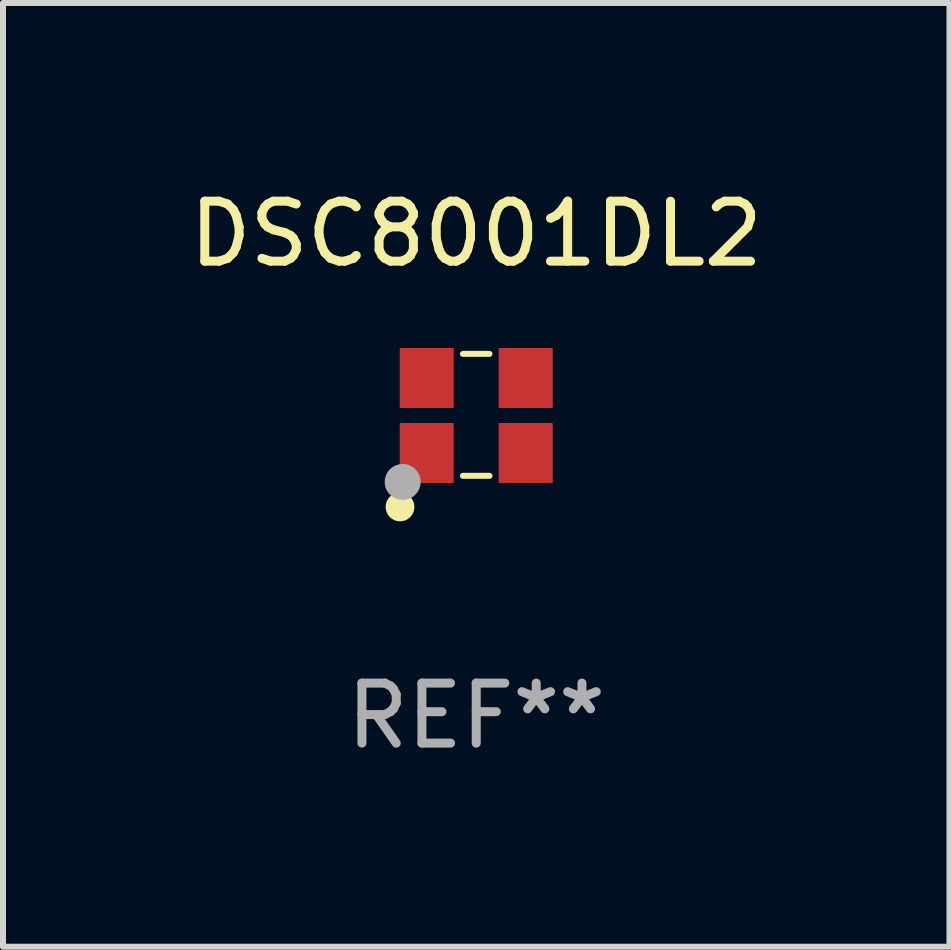
<source format=kicad_pcb>
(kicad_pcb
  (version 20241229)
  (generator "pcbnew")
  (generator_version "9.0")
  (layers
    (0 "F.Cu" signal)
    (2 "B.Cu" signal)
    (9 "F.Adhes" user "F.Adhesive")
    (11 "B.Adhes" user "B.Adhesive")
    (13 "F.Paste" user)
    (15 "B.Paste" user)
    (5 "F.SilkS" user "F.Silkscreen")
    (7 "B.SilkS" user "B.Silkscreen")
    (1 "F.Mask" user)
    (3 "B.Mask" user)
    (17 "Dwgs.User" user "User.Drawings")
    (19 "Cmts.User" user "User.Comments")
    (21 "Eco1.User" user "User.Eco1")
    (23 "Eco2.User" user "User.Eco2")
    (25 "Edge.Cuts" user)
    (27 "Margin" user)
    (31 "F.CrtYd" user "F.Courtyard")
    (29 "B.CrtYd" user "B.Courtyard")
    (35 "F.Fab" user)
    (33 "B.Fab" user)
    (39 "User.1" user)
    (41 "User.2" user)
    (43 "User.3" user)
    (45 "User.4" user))
  (footprint "DSC8001DL2"
    (layer "F.Cu")
    (at 4.887 3.864)
    (property "Reference" "DSC8001DL2" (at 0 -3.016 0) (layer "F.SilkS") (effects (font (size 1 1) (thickness 0.15))))
    (attr through_hole)
    (fp_line (start -0.221 -1.016) (end 0.221 -1.016) (stroke (width 0.1) (type solid)) (layer "F.SilkS"))
    (fp_line (start -0.221 1.016) (end 0.221 1.016) (stroke (width 0.1) (type solid)) (layer "F.SilkS"))
    (fp_circle (center -1.27 1.535) (end -1.15 1.535) (stroke (width 0.24) (type solid)) (fill no) (layer "F.SilkS"))
    (fp_circle (center -1.25 1) (end -1.22 1) (stroke (width 0.06) (type solid)) (fill no) (layer "F.SilkS"))
    (fp_circle (center -1.226 1.118) (end -1.076 1.118) (stroke (width 0.3) (type solid)) (fill no) (layer "F.Fab"))
    (fp_text user "REF**" (at 0 5.016 0) (layer "F.Fab") (effects (font (size 1 1) (thickness 0.15))))
    (pad "1" smd rect (at -0.825 0.636) (size 0.9 1) (layers "F.Cu" "F.Mask" "F.Paste"))
    (pad "2" smd rect (at 0.825 0.636) (size 0.9 1) (layers "F.Cu" "F.Mask" "F.Paste"))
    (pad "3" smd rect (at 0.825 -0.614) (size 0.9 1) (layers "F.Cu" "F.Mask" "F.Paste"))
    (pad "4" smd rect (at -0.825 -0.614) (size 0.9 1) (layers "F.Cu" "F.Mask" "F.Paste")))
  (gr_rect
    (start -3 -3)
    (end 12.774 12.729)
    (stroke (width 0.1) (type default))
    (fill no)
    (layer "Edge.Cuts")))
</source>
